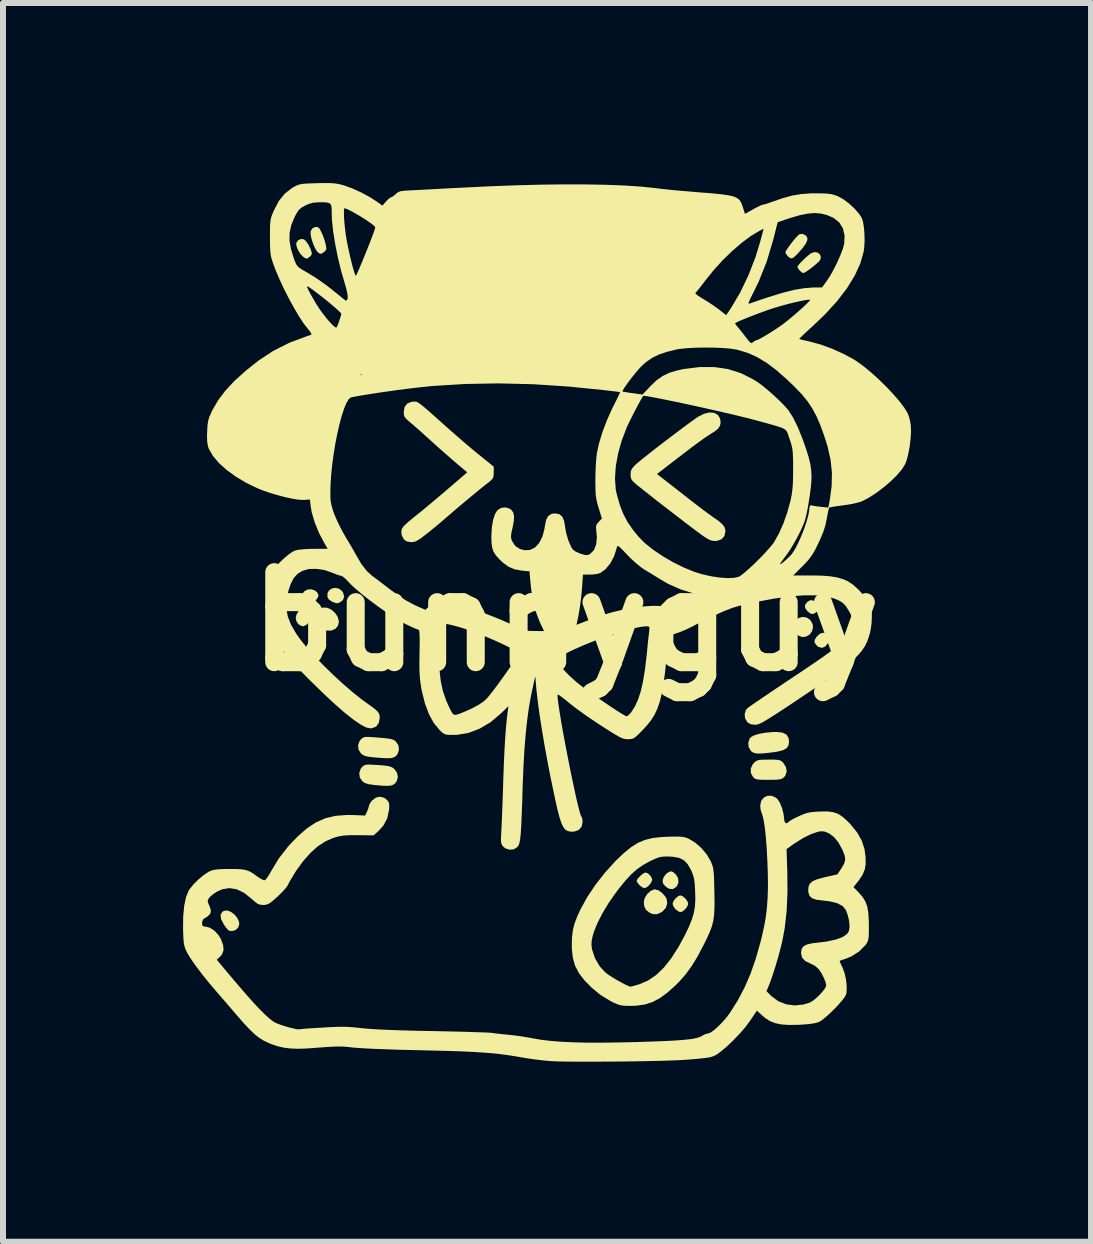
<source format=kicad_pcb>
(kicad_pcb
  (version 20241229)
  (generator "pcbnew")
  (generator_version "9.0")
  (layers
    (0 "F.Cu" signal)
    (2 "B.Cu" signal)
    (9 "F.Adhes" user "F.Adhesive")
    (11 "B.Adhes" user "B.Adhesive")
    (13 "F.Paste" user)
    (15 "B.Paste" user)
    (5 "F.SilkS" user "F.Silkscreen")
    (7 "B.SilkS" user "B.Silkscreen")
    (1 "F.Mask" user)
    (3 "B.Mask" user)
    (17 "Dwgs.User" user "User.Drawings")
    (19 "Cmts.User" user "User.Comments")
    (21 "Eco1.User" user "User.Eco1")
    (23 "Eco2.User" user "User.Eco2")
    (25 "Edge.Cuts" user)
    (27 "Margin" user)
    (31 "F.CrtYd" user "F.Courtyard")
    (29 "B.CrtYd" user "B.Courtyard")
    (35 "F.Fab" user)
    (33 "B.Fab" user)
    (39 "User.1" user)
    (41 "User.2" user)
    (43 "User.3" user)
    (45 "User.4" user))
  (footprint "bunnyguy"
    (layer "F.Cu")
    (at 6.377 7.305)
    (property "Reference" "bunnyguy" (at 0 0 0) (layer "F.SilkS") (effects (font (size 1.5 1.5) (thickness 0.3))))
    (attr board_only exclude_from_pos_files exclude_from_bom)
    (fp_poly (pts (xy 4.338 0.199) (xy 4.381 0.242) (xy 4.39 0.301) (xy 4.372 0.357) (xy 4.325 0.416) (xy 4.27 0.44) (xy 4.212 0.425) (xy 4.18 0.4) (xy 4.147 0.355) (xy 4.146 0.31) (xy 4.179 0.256) (xy 4.181 0.254) (xy 4.239 0.201) (xy 4.298 0.187)) (stroke (width 0) (type solid)) (fill yes) (layer "F.SilkS"))
    (fp_poly (pts (xy -3.778 -0.546) (xy -3.728 -0.507) (xy -3.71 -0.48) (xy -3.692 -0.413) (xy -3.713 -0.357) (xy -3.759 -0.321) (xy -3.794 -0.305) (xy -3.825 -0.304) (xy -3.868 -0.319) (xy -3.894 -0.33) (xy -3.948 -0.367) (xy -3.971 -0.407) (xy -3.971 -0.471) (xy -3.943 -0.519) (xy -3.895 -0.55) (xy -3.837 -0.56)) (stroke (width 0) (type solid)) (fill yes) (layer "F.SilkS"))
    (fp_poly (pts (xy 4.02 -0.063) (xy 4.076 -0.022) (xy 4.112 0.041) (xy 4.12 0.091) (xy 4.104 0.163) (xy 4.063 0.218) (xy 4.005 0.252) (xy 3.941 0.26) (xy 3.88 0.237) (xy 3.861 0.221) (xy 3.817 0.154) (xy 3.803 0.079) (xy 3.82 0.009) (xy 3.865 -0.047) (xy 3.882 -0.058) (xy 3.951 -0.077)) (stroke (width 0) (type solid)) (fill yes) (layer "F.SilkS"))
    (fp_poly (pts (xy 4.116 -0.352) (xy 4.17 -0.313) (xy 4.171 -0.311) (xy 4.211 -0.258) (xy 4.215 -0.21) (xy 4.181 -0.161) (xy 4.18 -0.16) (xy 4.131 -0.126) (xy 4.084 -0.128) (xy 4.03 -0.168) (xy 4.029 -0.169) (xy 3.989 -0.223) (xy 3.985 -0.27) (xy 4.019 -0.319) (xy 4.02 -0.32) (xy 4.069 -0.354)) (stroke (width 0) (type solid)) (fill yes) (layer "F.SilkS"))
    (fp_poly (pts (xy 4.433 -0.123) (xy 4.474 -0.081) (xy 4.498 -0.029) (xy 4.5 -0.01) (xy 4.484 0.046) (xy 4.444 0.094) (xy 4.393 0.119) (xy 4.38 0.12) (xy 4.336 0.107) (xy 4.3 0.08) (xy 4.27 0.036) (xy 4.26 -0.001) (xy 4.275 -0.045) (xy 4.311 -0.092) (xy 4.355 -0.128) (xy 4.389 -0.14)) (stroke (width 0) (type solid)) (fill yes) (layer "F.SilkS"))
    (fp_poly (pts (xy -5.584 4.836) (xy -5.524 4.879) (xy -5.475 4.937) (xy -5.445 5.002) (xy -5.44 5.039) (xy -5.457 5.099) (xy -5.502 5.141) (xy -5.562 5.16) (xy -5.614 5.151) (xy -5.637 5.13) (xy -5.672 5.086) (xy -5.701 5.043) (xy -5.744 4.957) (xy -5.752 4.89) (xy -5.724 4.84) (xy -5.7 4.824) (xy -5.646 4.815)) (stroke (width 0) (type solid)) (fill yes) (layer "F.SilkS"))
    (fp_poly (pts (xy -4.365 -0.185) (xy -4.324 -0.147) (xy -4.286 -0.1) (xy -4.263 -0.056) (xy -4.26 -0.042) (xy -4.277 0.009) (xy -4.318 0.054) (xy -4.368 0.079) (xy -4.38 0.08) (xy -4.424 0.066) (xy -4.46 0.04) (xy -4.49 -0.01) (xy -4.5 -0.06) (xy -4.487 -0.113) (xy -4.457 -0.163) (xy -4.418 -0.195) (xy -4.398 -0.2)) (stroke (width 0) (type solid)) (fill yes) (layer "F.SilkS"))
    (fp_poly (pts (xy -4.186 -0.519) (xy -4.14 -0.484) (xy -4.12 -0.433) (xy -4.12 -0.429) (xy -4.135 -0.392) (xy -4.171 -0.347) (xy -4.217 -0.306) (xy -4.258 -0.282) (xy -4.269 -0.28) (xy -4.305 -0.294) (xy -4.347 -0.326) (xy -4.351 -0.329) (xy -4.392 -0.39) (xy -4.394 -0.449) (xy -4.36 -0.5) (xy -4.307 -0.531) (xy -4.245 -0.536)) (stroke (width 0) (type solid)) (fill yes) (layer "F.SilkS"))
    (fp_poly (pts (xy 1.788 4.176) (xy 1.827 4.208) (xy 1.831 4.212) (xy 1.871 4.276) (xy 1.878 4.345) (xy 1.853 4.409) (xy 1.84 4.423) (xy 1.785 4.459) (xy 1.726 4.455) (xy 1.685 4.432) (xy 1.642 4.394) (xy 1.62 4.363) (xy 1.613 4.312) (xy 1.634 4.256) (xy 1.674 4.204) (xy 1.724 4.171) (xy 1.76 4.163)) (stroke (width 0) (type solid)) (fill yes) (layer "F.SilkS"))
    (fp_poly (pts (xy -3.981 -0.23) (xy -3.909 -0.199) (xy -3.845 -0.144) (xy -3.799 -0.075) (xy -3.78 0.002) (xy -3.78 0.006) (xy -3.797 0.075) (xy -3.842 0.125) (xy -3.907 0.152) (xy -3.982 0.152) (xy -4.043 0.13) (xy -4.099 0.083) (xy -4.147 0.016) (xy -4.176 -0.055) (xy -4.18 -0.087) (xy -4.162 -0.149) (xy -4.115 -0.201) (xy -4.053 -0.231)) (stroke (width 0) (type solid)) (fill yes) (layer "F.SilkS"))
    (fp_poly (pts (xy 1.951 4.58) (xy 1.995 4.619) (xy 2.029 4.667) (xy 2.04 4.704) (xy 2.025 4.748) (xy 1.989 4.796) (xy 1.944 4.832) (xy 1.91 4.844) (xy 1.875 4.83) (xy 1.833 4.798) (xy 1.829 4.795) (xy 1.795 4.749) (xy 1.78 4.706) (xy 1.78 4.704) (xy 1.795 4.659) (xy 1.831 4.612) (xy 1.876 4.575) (xy 1.91 4.564)) (stroke (width 0) (type solid)) (fill yes) (layer "F.SilkS"))
    (fp_poly (pts (xy -4.36 -6.365) (xy -4.327 -6.334) (xy -4.29 -6.281) (xy -4.258 -6.218) (xy -4.236 -6.16) (xy -4.232 -6.119) (xy -4.233 -6.115) (xy -4.257 -6.084) (xy -4.295 -6.055) (xy -4.324 -6.045) (xy -4.344 -6.055) (xy -4.376 -6.076) (xy -4.418 -6.119) (xy -4.456 -6.179) (xy -4.483 -6.242) (xy -4.492 -6.294) (xy -4.49 -6.306) (xy -4.458 -6.354) (xy -4.408 -6.374)) (stroke (width 0) (type solid)) (fill yes) (layer "F.SilkS"))
    (fp_poly (pts (xy 1.372 4.2) (xy 1.413 4.24) (xy 1.438 4.288) (xy 1.44 4.304) (xy 1.425 4.348) (xy 1.389 4.395) (xy 1.344 4.432) (xy 1.31 4.443) (xy 1.275 4.43) (xy 1.233 4.398) (xy 1.229 4.394) (xy 1.196 4.355) (xy 1.18 4.325) (xy 1.18 4.323) (xy 1.195 4.291) (xy 1.231 4.25) (xy 1.275 4.211) (xy 1.315 4.187) (xy 1.328 4.183)) (stroke (width 0) (type solid)) (fill yes) (layer "F.SilkS"))
    (fp_poly (pts (xy 1.545 4.48) (xy 1.606 4.524) (xy 1.658 4.583) (xy 1.68 4.623) (xy 1.691 4.699) (xy 1.667 4.772) (xy 1.61 4.834) (xy 1.592 4.846) (xy 1.518 4.878) (xy 1.45 4.876) (xy 1.396 4.853) (xy 1.336 4.805) (xy 1.306 4.74) (xy 1.3 4.673) (xy 1.316 4.607) (xy 1.356 4.543) (xy 1.411 4.492) (xy 1.47 4.465) (xy 1.486 4.464)) (stroke (width 0) (type solid)) (fill yes) (layer "F.SilkS"))
    (fp_poly (pts (xy 3.992 -6.437) (xy 4.022 -6.402) (xy 4.027 -6.36) (xy 4.003 -6.303) (xy 3.951 -6.227) (xy 3.867 -6.131) (xy 3.865 -6.13) (xy 3.811 -6.076) (xy 3.773 -6.051) (xy 3.741 -6.053) (xy 3.706 -6.079) (xy 3.7 -6.085) (xy 3.67 -6.123) (xy 3.66 -6.152) (xy 3.672 -6.18) (xy 3.704 -6.228) (xy 3.747 -6.288) (xy 3.796 -6.35) (xy 3.842 -6.404) (xy 3.879 -6.441) (xy 3.892 -6.451) (xy 3.941 -6.459)) (stroke (width 0) (type solid)) (fill yes) (layer "F.SilkS"))
    (fp_poly (pts (xy 4.197 -6.146) (xy 4.235 -6.116) (xy 4.251 -6.07) (xy 4.24 -6.024) (xy 4.215 -5.995) (xy 4.169 -5.953) (xy 4.111 -5.905) (xy 4.051 -5.86) (xy 3.999 -5.824) (xy 3.963 -5.806) (xy 3.958 -5.805) (xy 3.932 -5.817) (xy 3.9 -5.845) (xy 3.871 -5.882) (xy 3.86 -5.908) (xy 3.874 -5.934) (xy 3.91 -5.977) (xy 3.961 -6.028) (xy 4.016 -6.079) (xy 4.069 -6.122) (xy 4.089 -6.136) (xy 4.145 -6.155)) (stroke (width 0) (type solid)) (fill yes) (layer "F.SilkS"))
    (fp_poly (pts (xy -4.122 -6.566) (xy -4.097 -6.537) (xy -4.068 -6.48) (xy -4.038 -6.408) (xy -4.013 -6.331) (xy -3.995 -6.261) (xy -3.989 -6.211) (xy -3.992 -6.197) (xy -4.014 -6.167) (xy -4.05 -6.139) (xy -4.08 -6.126) (xy -4.084 -6.126) (xy -4.105 -6.134) (xy -4.116 -6.138) (xy -4.147 -6.168) (xy -4.18 -6.225) (xy -4.211 -6.298) (xy -4.237 -6.377) (xy -4.251 -6.448) (xy -4.251 -6.501) (xy -4.25 -6.506) (xy -4.218 -6.553) (xy -4.169 -6.575)) (stroke (width 0) (type solid)) (fill yes) (layer "F.SilkS"))
    (fp_poly (pts (xy 3.611 1.852) (xy 3.676 1.884) (xy 3.712 1.941) (xy 3.72 2.004) (xy 3.711 2.065) (xy 3.681 2.11) (xy 3.624 2.143) (xy 3.536 2.167) (xy 3.46 2.179) (xy 3.335 2.194) (xy 3.243 2.201) (xy 3.177 2.199) (xy 3.13 2.188) (xy 3.095 2.167) (xy 3.083 2.155) (xy 3.047 2.092) (xy 3.041 2.02) (xy 3.063 1.953) (xy 3.085 1.927) (xy 3.137 1.898) (xy 3.219 1.873) (xy 3.323 1.854) (xy 3.439 1.843) (xy 3.513 1.841)) (stroke (width 0) (type solid)) (fill yes) (layer "F.SilkS"))
    (fp_poly (pts (xy -3.172 2.39) (xy -3.13 2.392) (xy -3.031 2.4) (xy -2.963 2.409) (xy -2.917 2.421) (xy -2.882 2.438) (xy -2.859 2.456) (xy -2.812 2.518) (xy -2.798 2.59) (xy -2.816 2.659) (xy -2.846 2.699) (xy -2.874 2.72) (xy -2.91 2.733) (xy -2.959 2.739) (xy -3.031 2.738) (xy -3.13 2.73) (xy -3.205 2.723) (xy -3.292 2.71) (xy -3.351 2.69) (xy -3.39 2.662) (xy -3.432 2.599) (xy -3.441 2.525) (xy -3.417 2.455) (xy -3.392 2.423) (xy -3.368 2.403) (xy -3.343 2.391) (xy -3.308 2.385) (xy -3.253 2.385)) (stroke (width 0) (type solid)) (fill yes) (layer "F.SilkS"))
    (fp_poly (pts (xy -3.215 1.928) (xy -3.121 1.935) (xy -3.016 1.944) (xy -2.943 1.953) (xy -2.893 1.964) (xy -2.859 1.979) (xy -2.833 1.999) (xy -2.83 2.001) (xy -2.789 2.064) (xy -2.779 2.137) (xy -2.801 2.206) (xy -2.826 2.238) (xy -2.853 2.259) (xy -2.888 2.272) (xy -2.936 2.278) (xy -3.005 2.278) (xy -3.101 2.272) (xy -3.215 2.263) (xy -3.301 2.252) (xy -3.359 2.235) (xy -3.401 2.21) (xy -3.41 2.202) (xy -3.452 2.138) (xy -3.461 2.064) (xy -3.437 1.994) (xy -3.411 1.962) (xy -3.388 1.943) (xy -3.366 1.93) (xy -3.335 1.924) (xy -3.287 1.924)) (stroke (width 0) (type solid)) (fill yes) (layer "F.SilkS"))
    (fp_poly (pts (xy 3.472 2.302) (xy 3.531 2.306) (xy 3.569 2.314) (xy 3.597 2.33) (xy 3.624 2.355) (xy 3.626 2.358) (xy 3.669 2.426) (xy 3.681 2.499) (xy 3.659 2.567) (xy 3.635 2.597) (xy 3.61 2.615) (xy 3.579 2.628) (xy 3.533 2.635) (xy 3.463 2.638) (xy 3.377 2.638) (xy 3.281 2.638) (xy 3.216 2.635) (xy 3.174 2.628) (xy 3.146 2.615) (xy 3.124 2.596) (xy 3.122 2.594) (xy 3.085 2.528) (xy 3.082 2.454) (xy 3.113 2.383) (xy 3.136 2.356) (xy 3.165 2.33) (xy 3.194 2.315) (xy 3.234 2.306) (xy 3.295 2.303) (xy 3.382 2.302)) (stroke (width 0) (type solid)) (fill yes) (layer "F.SilkS"))
    (fp_poly (pts (xy 2.476 -3.475) (xy 2.535 -3.441) (xy 2.571 -3.381) (xy 2.58 -3.32) (xy 2.572 -3.267) (xy 2.545 -3.221) (xy 2.492 -3.174) (xy 2.41 -3.122) (xy 2.36 -3.09) (xy 2.294 -3.045) (xy 2.208 -2.982) (xy 2.099 -2.902) (xy 1.966 -2.8) (xy 1.804 -2.676) (xy 1.765 -2.646) (xy 1.52 -2.457) (xy 1.685 -2.328) (xy 1.763 -2.268) (xy 1.861 -2.191) (xy 1.968 -2.107) (xy 2.073 -2.025) (xy 2.1 -2.004) (xy 2.195 -1.931) (xy 2.287 -1.861) (xy 2.369 -1.8) (xy 2.431 -1.755) (xy 2.45 -1.742) (xy 2.542 -1.678) (xy 2.604 -1.625) (xy 2.641 -1.579) (xy 2.657 -1.534) (xy 2.66 -1.501) (xy 2.643 -1.423) (xy 2.596 -1.37) (xy 2.521 -1.343) (xy 2.486 -1.341) (xy 2.438 -1.346) (xy 2.39 -1.362) (xy 2.331 -1.396) (xy 2.257 -1.447) (xy 2.195 -1.493) (xy 2.108 -1.558) (xy 2.003 -1.638) (xy 1.886 -1.728) (xy 1.761 -1.824) (xy 1.634 -1.922) (xy 1.511 -2.017) (xy 1.399 -2.106) (xy 1.301 -2.183) (xy 1.224 -2.244) (xy 1.175 -2.284) (xy 1.122 -2.332) (xy 1.093 -2.369) (xy 1.082 -2.408) (xy 1.08 -2.449) (xy 1.084 -2.502) (xy 1.101 -2.544) (xy 1.139 -2.589) (xy 1.165 -2.615) (xy 1.208 -2.652) (xy 1.277 -2.709) (xy 1.368 -2.781) (xy 1.475 -2.865) (xy 1.591 -2.955) (xy 1.713 -3.048) (xy 1.833 -3.139) (xy 1.947 -3.225) (xy 2.049 -3.3) (xy 2.134 -3.361) (xy 2.195 -3.404) (xy 2.206 -3.411) (xy 2.306 -3.462) (xy 2.398 -3.483)) (stroke (width 0) (type solid)) (fill yes) (layer "F.SilkS"))
    (fp_poly (pts (xy -2.497 -3.662) (xy -2.479 -3.657) (xy -2.456 -3.645) (xy -2.426 -3.624) (xy -2.385 -3.592) (xy -2.329 -3.545) (xy -2.257 -3.482) (xy -2.164 -3.399) (xy -2.047 -3.295) (xy -1.93 -3.191) (xy -1.821 -3.095) (xy -1.7 -2.99) (xy -1.578 -2.887) (xy -1.469 -2.796) (xy -1.435 -2.769) (xy -1.2 -2.579) (xy -1.2 -2.482) (xy -1.204 -2.419) (xy -1.219 -2.379) (xy -1.253 -2.345) (xy -1.261 -2.338) (xy -1.332 -2.282) (xy -1.427 -2.206) (xy -1.535 -2.117) (xy -1.65 -2.022) (xy -1.764 -1.927) (xy -1.868 -1.838) (xy -1.955 -1.763) (xy -1.972 -1.749) (xy -2.065 -1.668) (xy -2.17 -1.58) (xy -2.271 -1.497) (xy -2.325 -1.455) (xy -2.405 -1.393) (xy -2.464 -1.354) (xy -2.509 -1.332) (xy -2.549 -1.322) (xy -2.574 -1.321) (xy -2.646 -1.332) (xy -2.697 -1.367) (xy -2.733 -1.434) (xy -2.74 -1.484) (xy -2.738 -1.516) (xy -2.729 -1.546) (xy -2.709 -1.577) (xy -2.673 -1.615) (xy -2.618 -1.665) (xy -2.539 -1.73) (xy -2.458 -1.795) (xy -2.388 -1.851) (xy -2.296 -1.928) (xy -2.19 -2.017) (xy -2.078 -2.111) (xy -1.968 -2.205) (xy -1.964 -2.208) (xy -1.642 -2.485) (xy -1.816 -2.631) (xy -1.894 -2.698) (xy -1.991 -2.783) (xy -2.097 -2.876) (xy -2.201 -2.969) (xy -2.24 -3.005) (xy -2.332 -3.088) (xy -2.423 -3.17) (xy -2.505 -3.242) (xy -2.569 -3.298) (xy -2.595 -3.319) (xy -2.651 -3.368) (xy -2.683 -3.405) (xy -2.697 -3.441) (xy -2.7 -3.488) (xy -2.7 -3.491) (xy -2.685 -3.575) (xy -2.64 -3.632) (xy -2.569 -3.66) (xy -2.534 -3.663) (xy -2.514 -3.663)) (stroke (width 0) (type solid)) (fill yes) (layer "F.SilkS"))
    (fp_poly (pts (xy 1.885 3.585) (xy 1.944 3.589) (xy 1.99 3.598) (xy 2.032 3.613) (xy 2.048 3.62) (xy 2.156 3.685) (xy 2.261 3.777) (xy 2.352 3.886) (xy 2.412 3.989) (xy 2.431 4.033) (xy 2.446 4.073) (xy 2.456 4.116) (xy 2.463 4.168) (xy 2.469 4.237) (xy 2.472 4.33) (xy 2.475 4.453) (xy 2.476 4.504) (xy 2.479 4.666) (xy 2.477 4.796) (xy 2.47 4.904) (xy 2.456 4.998) (xy 2.432 5.087) (xy 2.397 5.179) (xy 2.35 5.283) (xy 2.298 5.388) (xy 2.197 5.58) (xy 2.099 5.74) (xy 1.999 5.878) (xy 1.891 6.001) (xy 1.827 6.065) (xy 1.689 6.188) (xy 1.563 6.279) (xy 1.441 6.343) (xy 1.316 6.382) (xy 1.179 6.402) (xy 1.079 6.405) (xy 0.991 6.404) (xy 0.927 6.397) (xy 0.87 6.382) (xy 0.804 6.354) (xy 0.744 6.324) (xy 0.575 6.221) (xy 0.434 6.104) (xy 0.309 5.977) (xy 0.217 5.856) (xy 0.154 5.734) (xy 0.117 5.602) (xy 0.101 5.452) (xy 0.1 5.395) (xy 0.428 5.395) (xy 0.439 5.468) (xy 0.439 5.469) (xy 0.488 5.614) (xy 0.567 5.748) (xy 0.658 5.847) (xy 0.705 5.883) (xy 0.772 5.927) (xy 0.849 5.973) (xy 0.929 6.017) (xy 1 6.054) (xy 1.055 6.078) (xy 1.08 6.085) (xy 1.106 6.079) (xy 1.158 6.065) (xy 1.225 6.045) (xy 1.367 5.985) (xy 1.502 5.894) (xy 1.631 5.771) (xy 1.757 5.613) (xy 1.881 5.419) (xy 1.977 5.242) (xy 2.048 5.096) (xy 2.099 4.972) (xy 2.133 4.86) (xy 2.152 4.749) (xy 2.159 4.628) (xy 2.155 4.486) (xy 2.155 4.482) (xy 2.149 4.378) (xy 2.14 4.3) (xy 2.125 4.237) (xy 2.102 4.175) (xy 2.084 4.136) (xy 2.03 4.042) (xy 1.967 3.978) (xy 1.887 3.939) (xy 1.781 3.92) (xy 1.709 3.916) (xy 1.637 3.917) (xy 1.58 3.924) (xy 1.524 3.94) (xy 1.456 3.969) (xy 1.391 4) (xy 1.284 4.06) (xy 1.186 4.129) (xy 1.091 4.213) (xy 0.993 4.319) (xy 0.886 4.451) (xy 0.826 4.53) (xy 0.711 4.696) (xy 0.611 4.862) (xy 0.53 5.021) (xy 0.471 5.165) (xy 0.448 5.24) (xy 0.431 5.326) (xy 0.428 5.395) (xy 0.1 5.395) (xy 0.1 5.392) (xy 0.104 5.259) (xy 0.118 5.144) (xy 0.146 5.033) (xy 0.191 4.915) (xy 0.247 4.794) (xy 0.357 4.593) (xy 0.496 4.386) (xy 0.654 4.184) (xy 0.825 3.996) (xy 0.839 3.982) (xy 0.971 3.856) (xy 1.089 3.76) (xy 1.202 3.689) (xy 1.318 3.64) (xy 1.445 3.609) (xy 1.591 3.592) (xy 1.693 3.587) (xy 1.804 3.584)) (stroke (width 0) (type solid)) (fill yes) (layer "F.SilkS"))
    (fp_poly (pts (xy 3.498 2.934) (xy 3.529 2.961) (xy 3.568 3.021) (xy 3.603 3.107) (xy 3.628 3.204) (xy 3.64 3.298) (xy 3.64 3.308) (xy 3.651 3.349) (xy 3.678 3.364) (xy 3.708 3.346) (xy 3.712 3.34) (xy 3.735 3.322) (xy 3.786 3.292) (xy 3.854 3.258) (xy 3.878 3.247) (xy 3.955 3.213) (xy 4.02 3.191) (xy 4.088 3.178) (xy 4.172 3.17) (xy 4.233 3.167) (xy 4.359 3.165) (xy 4.458 3.178) (xy 4.542 3.208) (xy 4.621 3.261) (xy 4.708 3.342) (xy 4.742 3.378) (xy 4.855 3.516) (xy 4.933 3.654) (xy 4.979 3.799) (xy 4.996 3.936) (xy 4.997 4.044) (xy 4.982 4.132) (xy 4.949 4.214) (xy 4.891 4.303) (xy 4.855 4.35) (xy 4.794 4.426) (xy 4.885 4.52) (xy 4.948 4.593) (xy 4.993 4.668) (xy 5.024 4.753) (xy 5.041 4.855) (xy 5.049 4.985) (xy 5.05 5.065) (xy 5.05 5.17) (xy 5.048 5.244) (xy 5.042 5.294) (xy 5.032 5.33) (xy 5.016 5.36) (xy 4.993 5.392) (xy 4.888 5.499) (xy 4.757 5.582) (xy 4.674 5.616) (xy 4.615 5.636) (xy 4.575 5.65) (xy 4.564 5.655) (xy 4.569 5.674) (xy 4.588 5.718) (xy 4.612 5.768) (xy 4.645 5.857) (xy 4.669 5.965) (xy 4.681 6.077) (xy 4.679 6.175) (xy 4.672 6.213) (xy 4.65 6.255) (xy 4.604 6.316) (xy 4.541 6.388) (xy 4.468 6.465) (xy 4.391 6.539) (xy 4.318 6.604) (xy 4.255 6.652) (xy 4.215 6.675) (xy 4.143 6.695) (xy 4.036 6.71) (xy 3.893 6.72) (xy 3.874 6.72) (xy 3.716 6.723) (xy 3.588 6.714) (xy 3.485 6.692) (xy 3.396 6.656) (xy 3.316 6.602) (xy 3.28 6.571) (xy 3.184 6.485) (xy 3.072 6.652) (xy 2.996 6.755) (xy 2.898 6.868) (xy 2.788 6.983) (xy 2.676 7.089) (xy 2.572 7.175) (xy 2.534 7.203) (xy 2.499 7.225) (xy 2.464 7.242) (xy 2.422 7.256) (xy 2.367 7.267) (xy 2.293 7.277) (xy 2.195 7.287) (xy 2.066 7.298) (xy 1.98 7.304) (xy 1.884 7.31) (xy 1.757 7.315) (xy 1.602 7.32) (xy 1.426 7.324) (xy 1.234 7.328) (xy 1.033 7.331) (xy 0.828 7.333) (xy 0.623 7.334) (xy 0.426 7.335) (xy 0.242 7.335) (xy 0.077 7.334) (xy -0.065 7.332) (xy -0.177 7.329) (xy -0.24 7.326) (xy -0.367 7.315) (xy -0.508 7.298) (xy -0.643 7.279) (xy -0.72 7.266) (xy -0.848 7.244) (xy -0.972 7.225) (xy -1.098 7.208) (xy -1.231 7.194) (xy -1.375 7.183) (xy -1.536 7.173) (xy -1.718 7.164) (xy -1.925 7.157) (xy -2.164 7.151) (xy -2.4 7.145) (xy -2.609 7.14) (xy -2.81 7.135) (xy -2.999 7.128) (xy -3.169 7.122) (xy -3.316 7.115) (xy -3.435 7.108) (xy -3.522 7.102) (xy -3.55 7.099) (xy -3.638 7.089) (xy -3.718 7.083) (xy -3.798 7.082) (xy -3.89 7.085) (xy -4.002 7.092) (xy -4.136 7.102) (xy -4.316 7.115) (xy -4.465 7.12) (xy -4.591 7.115) (xy -4.701 7.101) (xy -4.804 7.077) (xy -4.908 7.041) (xy -4.943 7.027) (xy -5.024 6.989) (xy -5.099 6.944) (xy -5.174 6.886) (xy -5.254 6.811) (xy -5.347 6.714) (xy -5.456 6.59) (xy -5.469 6.575) (xy -5.554 6.476) (xy -5.643 6.372) (xy -5.728 6.274) (xy -5.799 6.192) (xy -5.814 6.175) (xy -5.936 6.031) (xy -6.049 5.892) (xy -6.148 5.762) (xy -6.229 5.648) (xy -6.289 5.554) (xy -6.313 5.511) (xy -6.337 5.46) (xy -6.353 5.413) (xy -6.364 5.362) (xy -6.37 5.296) (xy -6.374 5.206) (xy -6.377 5.13) (xy -6.375 4.919) (xy -6.358 4.74) (xy -6.328 4.594) (xy -6.283 4.484) (xy -6.267 4.459) (xy -6.202 4.379) (xy -6.12 4.298) (xy -6.032 4.225) (xy -5.951 4.171) (xy -5.93 4.161) (xy -5.884 4.144) (xy -5.828 4.133) (xy -5.753 4.127) (xy -5.65 4.124) (xy -5.606 4.124) (xy -5.486 4.125) (xy -5.396 4.13) (xy -5.326 4.143) (xy -5.267 4.165) (xy -5.209 4.199) (xy -5.146 4.245) (xy -5.088 4.284) (xy -5.039 4.308) (xy -5.013 4.312) (xy -4.99 4.289) (xy -4.956 4.241) (xy -4.919 4.178) (xy -4.919 4.177) (xy -4.782 3.949) (xy -4.617 3.738) (xy -4.469 3.584) (xy -4.313 3.447) (xy -4.161 3.347) (xy -4.004 3.278) (xy -3.833 3.238) (xy -3.642 3.224) (xy -3.529 3.226) (xy -3.343 3.234) (xy -3.312 3.168) (xy -3.291 3.116) (xy -3.28 3.077) (xy -3.28 3.073) (xy -3.268 3.041) (xy -3.238 2.996) (xy -3.228 2.984) (xy -3.165 2.935) (xy -3.093 2.92) (xy -3.022 2.939) (xy -2.981 2.972) (xy -2.954 3.005) (xy -2.942 3.042) (xy -2.942 3.096) (xy -2.945 3.138) (xy -2.974 3.279) (xy -3.037 3.398) (xy -3.119 3.49) (xy -3.202 3.564) (xy -3.456 3.561) (xy -3.593 3.561) (xy -3.702 3.567) (xy -3.793 3.583) (xy -3.879 3.609) (xy -3.969 3.648) (xy -4.009 3.667) (xy -4.13 3.745) (xy -4.254 3.856) (xy -4.377 3.995) (xy -4.494 4.156) (xy -4.601 4.333) (xy -4.638 4.406) (xy -4.664 4.441) (xy -4.712 4.495) (xy -4.774 4.557) (xy -4.81 4.591) (xy -4.88 4.653) (xy -4.931 4.692) (xy -4.97 4.713) (xy -5.008 4.722) (xy -5.042 4.724) (xy -5.09 4.72) (xy -5.131 4.706) (xy -5.176 4.674) (xy -5.233 4.623) (xy -5.358 4.523) (xy -5.481 4.463) (xy -5.603 4.443) (xy -5.723 4.462) (xy -5.812 4.502) (xy -5.874 4.543) (xy -5.925 4.586) (xy -5.946 4.61) (xy -5.964 4.643) (xy -5.965 4.674) (xy -5.948 4.717) (xy -5.937 4.74) (xy -5.913 4.813) (xy -5.922 4.869) (xy -5.969 4.916) (xy -6.001 4.934) (xy -6.045 4.967) (xy -6.06 5.013) (xy -6.06 5.024) (xy -6.055 5.067) (xy -6.031 5.082) (xy -6.005 5.084) (xy -5.932 5.102) (xy -5.857 5.15) (xy -5.79 5.221) (xy -5.75 5.284) (xy -5.709 5.39) (xy -5.702 5.478) (xy -5.73 5.551) (xy -5.758 5.582) (xy -5.815 5.636) (xy -5.623 5.866) (xy -5.458 6.061) (xy -5.316 6.225) (xy -5.194 6.362) (xy -5.09 6.472) (xy -5.002 6.559) (xy -4.929 6.624) (xy -4.868 6.669) (xy -4.836 6.687) (xy -4.786 6.708) (xy -4.717 6.732) (xy -4.639 6.756) (xy -4.562 6.776) (xy -4.496 6.791) (xy -4.452 6.797) (xy -4.441 6.796) (xy -4.418 6.793) (xy -4.362 6.787) (xy -4.278 6.781) (xy -4.174 6.774) (xy -4.055 6.767) (xy -4.048 6.766) (xy -3.9 6.758) (xy -3.781 6.754) (xy -3.681 6.754) (xy -3.589 6.758) (xy -3.495 6.766) (xy -3.409 6.776) (xy -3.3 6.786) (xy -3.151 6.796) (xy -2.963 6.805) (xy -2.734 6.813) (xy -2.467 6.82) (xy -2.22 6.825) (xy -2.029 6.829) (xy -1.848 6.833) (xy -1.683 6.837) (xy -1.536 6.842) (xy -1.414 6.846) (xy -1.319 6.849) (xy -1.255 6.853) (xy -1.23 6.855) (xy -1.184 6.862) (xy -1.111 6.871) (xy -1.022 6.88) (xy -0.97 6.885) (xy -0.857 6.897) (xy -0.727 6.915) (xy -0.602 6.936) (xy -0.56 6.944) (xy -0.417 6.969) (xy -0.258 6.988) (xy -0.078 7.003) (xy 0.125 7.012) (xy 0.354 7.018) (xy 0.614 7.018) (xy 0.908 7.014) (xy 1.176 7.008) (xy 1.411 7) (xy 1.61 6.993) (xy 1.776 6.985) (xy 1.912 6.976) (xy 2.022 6.966) (xy 2.109 6.955) (xy 2.177 6.941) (xy 2.229 6.925) (xy 2.269 6.907) (xy 2.285 6.896) (xy 2.334 6.872) (xy 2.369 6.865) (xy 2.412 6.85) (xy 2.471 6.809) (xy 2.54 6.748) (xy 2.613 6.673) (xy 2.683 6.592) (xy 2.738 6.517) (xy 2.869 6.309) (xy 2.947 6.16) (xy 3.344 6.16) (xy 3.43 6.245) (xy 3.542 6.328) (xy 3.673 6.379) (xy 3.815 6.398) (xy 3.963 6.382) (xy 4.065 6.351) (xy 4.116 6.321) (xy 4.175 6.273) (xy 4.236 6.214) (xy 4.289 6.154) (xy 4.327 6.101) (xy 4.34 6.065) (xy 4.329 6.01) (xy 4.3 5.938) (xy 4.261 5.862) (xy 4.217 5.797) (xy 4.212 5.791) (xy 4.158 5.742) (xy 4.094 5.707) (xy 4.084 5.703) (xy 3.994 5.661) (xy 3.94 5.604) (xy 3.92 5.531) (xy 3.92 5.524) (xy 3.929 5.459) (xy 3.96 5.413) (xy 4.018 5.382) (xy 4.107 5.362) (xy 4.17 5.355) (xy 4.353 5.332) (xy 4.5 5.3) (xy 4.612 5.259) (xy 4.686 5.208) (xy 4.719 5.156) (xy 4.729 5.084) (xy 4.721 4.991) (xy 4.698 4.891) (xy 4.665 4.805) (xy 4.613 4.742) (xy 4.525 4.695) (xy 4.402 4.664) (xy 4.28 4.649) (xy 4.175 4.636) (xy 4.103 4.611) (xy 4.061 4.571) (xy 4.042 4.513) (xy 4.04 4.476) (xy 4.046 4.413) (xy 4.07 4.365) (xy 4.115 4.327) (xy 4.188 4.296) (xy 4.294 4.267) (xy 4.326 4.259) (xy 4.525 4.214) (xy 4.593 4.114) (xy 4.637 4.038) (xy 4.656 3.973) (xy 4.649 3.906) (xy 4.617 3.822) (xy 4.611 3.808) (xy 4.543 3.683) (xy 4.47 3.593) (xy 4.388 3.532) (xy 4.373 3.525) (xy 4.31 3.5) (xy 4.256 3.495) (xy 4.203 3.504) (xy 4.087 3.543) (xy 3.954 3.609) (xy 3.814 3.697) (xy 3.794 3.71) (xy 3.679 3.793) (xy 3.691 4.173) (xy 3.694 4.517) (xy 3.68 4.827) (xy 3.648 5.109) (xy 3.609 5.32) (xy 3.576 5.456) (xy 3.536 5.604) (xy 3.492 5.753) (xy 3.447 5.893) (xy 3.405 6.012) (xy 3.38 6.075) (xy 3.344 6.16) (xy 2.947 6.16) (xy 2.981 6.095) (xy 3.079 5.868) (xy 3.166 5.618) (xy 3.245 5.339) (xy 3.257 5.292) (xy 3.298 5.116) (xy 3.329 4.95) (xy 3.35 4.784) (xy 3.363 4.611) (xy 3.369 4.423) (xy 3.367 4.211) (xy 3.359 3.993) (xy 3.348 3.782) (xy 3.334 3.597) (xy 3.317 3.441) (xy 3.298 3.316) (xy 3.277 3.227) (xy 3.261 3.184) (xy 3.247 3.139) (xy 3.24 3.077) (xy 3.24 3.067) (xy 3.256 2.99) (xy 3.299 2.935) (xy 3.359 2.905) (xy 3.429 2.904)) (stroke (width 0) (type solid)) (fill yes) (layer "F.SilkS"))
    (fp_poly (pts (xy -3.921 -7.304) (xy -3.85 -7.299) (xy -3.79 -7.29) (xy -3.731 -7.276) (xy -3.696 -7.266) (xy -3.555 -7.215) (xy -3.404 -7.146) (xy -3.26 -7.068) (xy -3.153 -6.999) (xy -3.055 -6.929) (xy -2.996 -6.997) (xy -2.955 -7.039) (xy -2.923 -7.063) (xy -2.914 -7.066) (xy -2.887 -7.078) (xy -2.846 -7.11) (xy -2.835 -7.12) (xy -2.797 -7.151) (xy -2.755 -7.168) (xy -2.694 -7.177) (xy -2.644 -7.18) (xy -2.594 -7.183) (xy -2.509 -7.187) (xy -2.394 -7.193) (xy -2.256 -7.2) (xy -2.1 -7.209) (xy -1.931 -7.218) (xy -1.755 -7.227) (xy -1.75 -7.227) (xy -1.286 -7.25) (xy -0.843 -7.267) (xy -0.423 -7.278) (xy -0.029 -7.283) (xy 0.338 -7.282) (xy 0.675 -7.276) (xy 0.979 -7.264) (xy 1.249 -7.246) (xy 1.482 -7.222) (xy 1.53 -7.216) (xy 1.614 -7.206) (xy 1.727 -7.194) (xy 1.86 -7.181) (xy 2.003 -7.169) (xy 2.144 -7.157) (xy 2.15 -7.156) (xy 2.341 -7.141) (xy 2.497 -7.128) (xy 2.62 -7.114) (xy 2.717 -7.1) (xy 2.789 -7.083) (xy 2.843 -7.062) (xy 2.881 -7.036) (xy 2.909 -7.003) (xy 2.929 -6.963) (xy 2.947 -6.913) (xy 2.953 -6.894) (xy 2.986 -6.791) (xy 3.122 -6.868) (xy 3.191 -6.905) (xy 3.248 -6.932) (xy 3.283 -6.945) (xy 3.287 -6.945) (xy 3.319 -6.952) (xy 3.376 -6.97) (xy 3.446 -6.995) (xy 3.446 -6.995) (xy 3.621 -7.055) (xy 3.776 -7.097) (xy 3.927 -7.122) (xy 4.086 -7.133) (xy 4.16 -7.134) (xy 4.271 -7.133) (xy 4.353 -7.129) (xy 4.416 -7.122) (xy 4.471 -7.108) (xy 4.528 -7.088) (xy 4.53 -7.087) (xy 4.621 -7.038) (xy 4.72 -6.964) (xy 4.814 -6.877) (xy 4.892 -6.786) (xy 4.931 -6.725) (xy 4.952 -6.663) (xy 4.967 -6.573) (xy 4.976 -6.465) (xy 4.979 -6.352) (xy 4.974 -6.243) (xy 4.964 -6.165) (xy 4.909 -5.968) (xy 4.815 -5.763) (xy 4.685 -5.551) (xy 4.518 -5.334) (xy 4.316 -5.113) (xy 4.103 -4.91) (xy 4.026 -4.841) (xy 3.962 -4.781) (xy 3.916 -4.736) (xy 3.892 -4.711) (xy 3.89 -4.707) (xy 3.911 -4.7) (xy 3.962 -4.687) (xy 4.034 -4.671) (xy 4.071 -4.662) (xy 4.252 -4.613) (xy 4.444 -4.542) (xy 4.632 -4.457) (xy 4.802 -4.365) (xy 4.852 -4.332) (xy 4.967 -4.249) (xy 5.09 -4.147) (xy 5.217 -4.032) (xy 5.342 -3.91) (xy 5.458 -3.786) (xy 5.559 -3.669) (xy 5.64 -3.562) (xy 5.695 -3.473) (xy 5.695 -3.473) (xy 5.72 -3.408) (xy 5.74 -3.325) (xy 5.749 -3.263) (xy 5.753 -3.163) (xy 5.745 -3.043) (xy 5.73 -2.915) (xy 5.707 -2.792) (xy 5.68 -2.687) (xy 5.656 -2.623) (xy 5.602 -2.536) (xy 5.519 -2.438) (xy 5.414 -2.335) (xy 5.296 -2.234) (xy 5.171 -2.14) (xy 5.046 -2.059) (xy 4.934 -2.002) (xy 4.879 -1.984) (xy 4.797 -1.964) (xy 4.7 -1.946) (xy 4.624 -1.935) (xy 4.533 -1.923) (xy 4.458 -1.912) (xy 4.407 -1.902) (xy 4.389 -1.897) (xy 4.381 -1.874) (xy 4.369 -1.821) (xy 4.355 -1.748) (xy 4.348 -1.709) (xy 4.325 -1.6) (xy 4.291 -1.493) (xy 4.241 -1.373) (xy 4.209 -1.304) (xy 4.157 -1.198) (xy 4.111 -1.118) (xy 4.064 -1.051) (xy 4.008 -0.986) (xy 3.945 -0.921) (xy 3.79 -0.767) (xy 4.08 -0.767) (xy 4.258 -0.764) (xy 4.404 -0.753) (xy 4.524 -0.733) (xy 4.626 -0.703) (xy 4.7 -0.67) (xy 4.789 -0.611) (xy 4.883 -0.525) (xy 4.973 -0.424) (xy 5.038 -0.331) (xy 5.071 -0.274) (xy 5.09 -0.224) (xy 5.098 -0.165) (xy 5.1 -0.082) (xy 5.1 -0.08) (xy 5.096 0.015) (xy 5.084 0.113) (xy 5.07 0.187) (xy 5.046 0.268) (xy 5.018 0.343) (xy 4.983 0.413) (xy 4.937 0.482) (xy 4.879 0.552) (xy 4.805 0.626) (xy 4.713 0.706) (xy 4.599 0.795) (xy 4.462 0.896) (xy 4.298 1.011) (xy 4.105 1.142) (xy 3.954 1.243) (xy 3.78 1.36) (xy 3.635 1.456) (xy 3.517 1.533) (xy 3.422 1.594) (xy 3.348 1.64) (xy 3.29 1.674) (xy 3.245 1.697) (xy 3.211 1.711) (xy 3.184 1.719) (xy 3.16 1.721) (xy 3.153 1.721) (xy 3.083 1.713) (xy 3.033 1.685) (xy 3.023 1.675) (xy 2.987 1.612) (xy 2.981 1.539) (xy 3.003 1.473) (xy 3.025 1.447) (xy 3.051 1.427) (xy 3.106 1.388) (xy 3.188 1.332) (xy 3.292 1.261) (xy 3.414 1.178) (xy 3.552 1.086) (xy 3.7 0.986) (xy 3.791 0.926) (xy 3.987 0.795) (xy 4.152 0.683) (xy 4.29 0.588) (xy 4.403 0.506) (xy 4.493 0.435) (xy 4.565 0.372) (xy 4.62 0.315) (xy 4.662 0.261) (xy 4.693 0.207) (xy 4.717 0.151) (xy 4.736 0.089) (xy 4.751 0.028) (xy 4.764 -0.033) (xy 4.763 -0.077) (xy 4.747 -0.121) (xy 4.718 -0.174) (xy 4.669 -0.252) (xy 4.623 -0.304) (xy 4.566 -0.342) (xy 4.485 -0.378) (xy 4.481 -0.38) (xy 4.345 -0.417) (xy 4.175 -0.436) (xy 3.971 -0.436) (xy 3.737 -0.418) (xy 3.472 -0.381) (xy 3.178 -0.326) (xy 2.88 -0.258) (xy 2.772 -0.225) (xy 2.634 -0.171) (xy 2.471 -0.098) (xy 2.285 -0.008) (xy 2.081 0.098) (xy 2.08 0.098) (xy 1.997 0.138) (xy 1.907 0.175) (xy 1.86 0.191) (xy 1.797 0.213) (xy 1.75 0.232) (xy 1.733 0.241) (xy 1.725 0.265) (xy 1.715 0.323) (xy 1.703 0.407) (xy 1.69 0.512) (xy 1.677 0.63) (xy 1.677 0.633) (xy 1.653 0.857) (xy 1.627 1.045) (xy 1.599 1.204) (xy 1.566 1.338) (xy 1.527 1.452) (xy 1.48 1.552) (xy 1.424 1.642) (xy 1.356 1.728) (xy 1.286 1.804) (xy 1.219 1.873) (xy 1.17 1.918) (xy 1.134 1.945) (xy 1.101 1.957) (xy 1.064 1.961) (xy 1.036 1.962) (xy 1.001 1.96) (xy 0.967 1.954) (xy 0.928 1.94) (xy 0.879 1.916) (xy 0.814 1.878) (xy 0.728 1.825) (xy 0.615 1.753) (xy 0.59 1.737) (xy 0.469 1.657) (xy 0.345 1.572) (xy 0.228 1.489) (xy 0.127 1.414) (xy 0.055 1.356) (xy -0.016 1.298) (xy -0.076 1.252) (xy -0.118 1.224) (xy -0.136 1.218) (xy -0.136 1.218) (xy -0.137 1.252) (xy -0.13 1.32) (xy -0.117 1.417) (xy -0.098 1.538) (xy -0.075 1.679) (xy -0.047 1.835) (xy -0.016 2.003) (xy 0.017 2.176) (xy 0.051 2.351) (xy 0.085 2.523) (xy 0.12 2.687) (xy 0.152 2.839) (xy 0.182 2.974) (xy 0.21 3.088) (xy 0.232 3.175) (xy 0.25 3.232) (xy 0.262 3.254) (xy 0.274 3.279) (xy 0.28 3.328) (xy 0.28 3.34) (xy 0.264 3.419) (xy 0.217 3.474) (xy 0.143 3.5) (xy 0.107 3.503) (xy 0.06 3.499) (xy 0.02 3.487) (xy -0.015 3.462) (xy -0.045 3.419) (xy -0.074 3.356) (xy -0.103 3.268) (xy -0.134 3.152) (xy -0.168 3.003) (xy -0.198 2.862) (xy -0.256 2.584) (xy -0.31 2.306) (xy -0.359 2.034) (xy -0.402 1.776) (xy -0.439 1.536) (xy -0.468 1.321) (xy -0.489 1.136) (xy -0.493 1.091) (xy -0.508 0.911) (xy -0.533 1.021) (xy -0.576 1.221) (xy -0.613 1.426) (xy -0.643 1.643) (xy -0.668 1.877) (xy -0.689 2.132) (xy -0.705 2.416) (xy -0.718 2.733) (xy -0.72 2.798) (xy -0.726 3.014) (xy -0.733 3.192) (xy -0.739 3.338) (xy -0.745 3.455) (xy -0.751 3.547) (xy -0.759 3.617) (xy -0.767 3.669) (xy -0.777 3.707) (xy -0.789 3.734) (xy -0.803 3.754) (xy -0.806 3.758) (xy -0.865 3.796) (xy -0.936 3.803) (xy -1.005 3.781) (xy -1.039 3.754) (xy -1.059 3.73) (xy -1.072 3.705) (xy -1.078 3.671) (xy -1.08 3.618) (xy -1.076 3.539) (xy -1.073 3.478) (xy -1.069 3.399) (xy -1.064 3.288) (xy -1.059 3.151) (xy -1.053 2.997) (xy -1.047 2.833) (xy -1.042 2.666) (xy -1.041 2.634) (xy -1.032 2.38) (xy -1.022 2.16) (xy -1.011 1.968) (xy -0.999 1.8) (xy -0.985 1.65) (xy -0.969 1.512) (xy -0.967 1.501) (xy -0.956 1.411) (xy -1.083 1.535) (xy -1.255 1.68) (xy -1.436 1.787) (xy -1.623 1.858) (xy -1.814 1.889) (xy -1.864 1.89) (xy -1.942 1.89) (xy -1.994 1.885) (xy -2.03 1.871) (xy -2.066 1.844) (xy -2.1 1.811) (xy -2.198 1.694) (xy -2.279 1.547) (xy -2.346 1.369) (xy -2.399 1.156) (xy -2.41 1.096) (xy -2.423 1.009) (xy -2.432 0.922) (xy -2.438 0.823) (xy -2.439 0.706) (xy -2.438 0.61) (xy -2.109 0.61) (xy -2.103 0.818) (xy -2.083 0.998) (xy -2.047 1.16) (xy -1.993 1.316) (xy -1.948 1.417) (xy -1.913 1.489) (xy -1.887 1.532) (xy -1.866 1.552) (xy -1.842 1.556) (xy -1.814 1.551) (xy -1.768 1.537) (xy -1.699 1.509) (xy -1.616 1.473) (xy -1.567 1.45) (xy -1.45 1.388) (xy -1.363 1.328) (xy -1.307 1.274) (xy -1.261 1.218) (xy -1.202 1.143) (xy -1.136 1.055) (xy -1.066 0.958) (xy -0.996 0.86) (xy -0.93 0.765) (xy -0.872 0.68) (xy -0.85 0.645) (xy -0.164 0.645) (xy -0.157 0.657) (xy -0.054 0.784) (xy 0.048 0.892) (xy 0.163 0.997) (xy 0.185 1.015) (xy 0.246 1.064) (xy 0.326 1.124) (xy 0.421 1.192) (xy 0.524 1.265) (xy 0.63 1.338) (xy 0.733 1.408) (xy 0.828 1.471) (xy 0.909 1.523) (xy 0.971 1.56) (xy 1.008 1.579) (xy 1.014 1.58) (xy 1.04 1.566) (xy 1.076 1.53) (xy 1.088 1.515) (xy 1.151 1.418) (xy 1.204 1.302) (xy 1.25 1.162) (xy 1.288 0.995) (xy 1.32 0.796) (xy 1.348 0.561) (xy 1.349 0.55) (xy 1.36 0.435) (xy 1.371 0.328) (xy 1.381 0.239) (xy 1.388 0.175) (xy 1.391 0.155) (xy 1.395 0.106) (xy 1.385 0.085) (xy 1.354 0.08) (xy 1.345 0.08) (xy 1.256 0.089) (xy 1.136 0.113) (xy 0.993 0.15) (xy 0.834 0.198) (xy 0.663 0.255) (xy 0.489 0.319) (xy 0.316 0.388) (xy 0.152 0.46) (xy 0.063 0.502) (xy -0.035 0.551) (xy -0.102 0.586) (xy -0.143 0.611) (xy -0.162 0.63) (xy -0.164 0.645) (xy -0.85 0.645) (xy -0.826 0.609) (xy -0.796 0.559) (xy -0.786 0.534) (xy -0.786 0.533) (xy -0.812 0.507) (xy -0.869 0.47) (xy -0.953 0.425) (xy -1.057 0.374) (xy -1.176 0.32) (xy -1.304 0.265) (xy -1.435 0.212) (xy -1.564 0.163) (xy -1.684 0.121) (xy -1.787 0.09) (xy -1.892 0.062) (xy -1.966 0.045) (xy -2.014 0.043) (xy -2.044 0.057) (xy -2.062 0.088) (xy -2.075 0.14) (xy -2.082 0.175) (xy -2.093 0.249) (xy -2.101 0.352) (xy -2.107 0.472) (xy -2.109 0.598) (xy -2.109 0.61) (xy -2.438 0.61) (xy -2.437 0.559) (xy -2.437 0.52) (xy -2.434 0.367) (xy -2.435 0.253) (xy -2.439 0.178) (xy -2.446 0.143) (xy -2.449 0.14) (xy -2.475 0.131) (xy -2.528 0.109) (xy -2.601 0.076) (xy -2.67 0.043) (xy -2.764 -0.008) (xy -2.878 -0.078) (xy -3.004 -0.162) (xy -3.136 -0.256) (xy -3.267 -0.353) (xy -3.389 -0.449) (xy -3.495 -0.538) (xy -3.579 -0.615) (xy -3.617 -0.656) (xy -3.667 -0.708) (xy -3.712 -0.746) (xy -3.741 -0.761) (xy -3.741 -0.761) (xy -3.776 -0.768) (xy -3.834 -0.789) (xy -3.893 -0.813) (xy -4.021 -0.857) (xy -4.154 -0.877) (xy -4.279 -0.874) (xy -4.384 -0.845) (xy -4.466 -0.796) (xy -4.531 -0.726) (xy -4.582 -0.628) (xy -4.621 -0.511) (xy -4.652 -0.359) (xy -4.656 -0.219) (xy -4.632 -0.083) (xy -4.577 0.056) (xy -4.491 0.204) (xy -4.415 0.31) (xy -4.313 0.437) (xy -4.184 0.579) (xy -4.038 0.731) (xy -3.88 0.885) (xy -3.719 1.033) (xy -3.561 1.17) (xy -3.414 1.288) (xy -3.33 1.35) (xy -3.238 1.415) (xy -3.175 1.463) (xy -3.135 1.501) (xy -3.112 1.534) (xy -3.102 1.567) (xy -3.1 1.608) (xy -3.1 1.611) (xy -3.116 1.693) (xy -3.16 1.751) (xy -3.229 1.779) (xy -3.257 1.781) (xy -3.325 1.766) (xy -3.417 1.718) (xy -3.532 1.64) (xy -3.67 1.532) (xy -3.83 1.393) (xy -4.012 1.225) (xy -4.215 1.027) (xy -4.252 0.991) (xy -4.422 0.819) (xy -4.563 0.668) (xy -4.68 0.536) (xy -4.773 0.417) (xy -4.846 0.309) (xy -4.901 0.208) (xy -4.941 0.11) (xy -4.968 0.011) (xy -4.982 -0.07) (xy -4.994 -0.232) (xy -4.988 -0.402) (xy -4.965 -0.569) (xy -4.928 -0.721) (xy -4.881 -0.839) (xy -4.839 -0.902) (xy -4.775 -0.975) (xy -4.699 -1.048) (xy -4.621 -1.114) (xy -4.55 -1.163) (xy -4.51 -1.182) (xy -4.447 -1.195) (xy -4.353 -1.205) (xy -4.237 -1.21) (xy -4.199 -1.21) (xy -3.967 -1.211) (xy -4.022 -1.305) (xy -4.112 -1.475) (xy -4.183 -1.649) (xy -4.232 -1.815) (xy -4.251 -1.922) (xy -4.263 -2.032) (xy -4.368 -2.025) (xy -4.444 -2.028) (xy -4.548 -2.044) (xy -4.67 -2.07) (xy -4.803 -2.105) (xy -4.935 -2.144) (xy -5.041 -2.181) (xy -3.922 -2.181) (xy -3.922 -2.079) (xy -3.917 -2.002) (xy -3.904 -1.935) (xy -3.883 -1.862) (xy -3.86 -1.795) (xy -3.822 -1.705) (xy -3.771 -1.597) (xy -3.712 -1.484) (xy -3.661 -1.395) (xy -3.606 -1.304) (xy -3.556 -1.218) (xy -3.516 -1.148) (xy -3.491 -1.103) (xy -3.49 -1.101) (xy -3.406 -0.958) (xy -3.315 -0.841) (xy -3.226 -0.76) (xy -3.169 -0.718) (xy -3.093 -0.661) (xy -3.008 -0.596) (xy -2.949 -0.55) (xy -2.795 -0.436) (xy -2.655 -0.346) (xy -2.515 -0.272) (xy -2.444 -0.24) (xy -2.338 -0.194) (xy -2.28 -0.25) (xy -2.252 -0.275) (xy -2.227 -0.291) (xy -2.194 -0.299) (xy -2.145 -0.301) (xy -2.07 -0.297) (xy -2.016 -0.294) (xy -1.822 -0.273) (xy -1.639 -0.233) (xy -1.63 -0.23) (xy -1.509 -0.192) (xy -1.373 -0.144) (xy -1.23 -0.089) (xy -1.09 -0.033) (xy -0.965 0.022) (xy -0.863 0.071) (xy -0.829 0.09) (xy -0.767 0.123) (xy -0.715 0.144) (xy -0.659 0.154) (xy -0.585 0.158) (xy -0.536 0.159) (xy -0.362 0.16) (xy -0.411 0.056) (xy 0.177 0.056) (xy 0.383 -0.023) (xy 0.491 -0.062) (xy 0.608 -0.102) (xy 0.715 -0.137) (xy 0.76 -0.15) (xy 0.994 -0.208) (xy 1.223 -0.245) (xy 1.434 -0.26) (xy 1.461 -0.26) (xy 1.546 -0.259) (xy 1.601 -0.256) (xy 1.636 -0.246) (xy 1.662 -0.228) (xy 1.683 -0.204) (xy 1.73 -0.148) (xy 1.957 -0.255) (xy 2.049 -0.299) (xy 2.131 -0.34) (xy 2.196 -0.373) (xy 2.233 -0.394) (xy 2.233 -0.394) (xy 2.258 -0.412) (xy 2.263 -0.424) (xy 2.243 -0.435) (xy 2.192 -0.45) (xy 2.146 -0.462) (xy 1.912 -0.535) (xy 1.702 -0.629) (xy 1.586 -0.696) (xy 1.498 -0.75) (xy 1.406 -0.807) (xy 1.327 -0.854) (xy 1.313 -0.862) (xy 1.249 -0.907) (xy 1.169 -0.972) (xy 1.085 -1.049) (xy 1.028 -1.106) (xy 0.958 -1.18) (xy 0.911 -1.227) (xy 0.881 -1.252) (xy 0.864 -1.258) (xy 0.855 -1.248) (xy 0.849 -1.226) (xy 0.806 -1.088) (xy 0.742 -0.967) (xy 0.661 -0.87) (xy 0.577 -0.809) (xy 0.526 -0.793) (xy 0.455 -0.783) (xy 0.404 -0.781) (xy 0.286 -0.781) (xy 0.273 -0.585) (xy 0.263 -0.466) (xy 0.248 -0.335) (xy 0.23 -0.205) (xy 0.21 -0.09) (xy 0.191 -0.001) (xy 0.19 0.003) (xy 0.177 0.056) (xy -0.411 0.056) (xy -0.432 0.012) (xy -0.489 -0.135) (xy -0.537 -0.313) (xy -0.573 -0.51) (xy -0.59 -0.666) (xy -0.604 -0.835) (xy -0.731 -0.847) (xy -0.852 -0.869) (xy -0.955 -0.912) (xy -1.052 -0.984) (xy -1.104 -1.034) (xy -1.164 -1.101) (xy -1.203 -1.161) (xy -1.226 -1.226) (xy -1.237 -1.308) (xy -1.24 -1.417) (xy -1.232 -1.565) (xy -1.211 -1.692) (xy -1.178 -1.792) (xy -1.138 -1.854) (xy -1.076 -1.893) (xy -1.003 -1.901) (xy -0.933 -1.878) (xy -0.906 -1.858) (xy -0.875 -1.815) (xy -0.862 -1.756) (xy -0.865 -1.675) (xy -0.886 -1.565) (xy -0.892 -1.54) (xy -0.908 -1.466) (xy -0.913 -1.416) (xy -0.908 -1.375) (xy -0.893 -1.336) (xy -0.841 -1.257) (xy -0.763 -1.207) (xy -0.682 -1.187) (xy -0.591 -1.193) (xy -0.51 -1.235) (xy -0.442 -1.31) (xy -0.389 -1.414) (xy -0.355 -1.542) (xy -0.348 -1.591) (xy -0.328 -1.692) (xy -0.292 -1.758) (xy -0.237 -1.793) (xy -0.18 -1.801) (xy -0.11 -1.789) (xy -0.06 -1.749) (xy -0.028 -1.677) (xy -0.013 -1.588) (xy 0.007 -1.472) (xy 0.042 -1.353) (xy 0.086 -1.25) (xy 0.108 -1.211) (xy 0.151 -1.172) (xy 0.223 -1.138) (xy 0.248 -1.129) (xy 0.312 -1.11) (xy 0.352 -1.105) (xy 0.381 -1.112) (xy 0.409 -1.128) (xy 0.471 -1.192) (xy 0.507 -1.286) (xy 0.518 -1.407) (xy 0.508 -1.518) (xy 0.503 -1.577) (xy 0.515 -1.618) (xy 0.548 -1.659) (xy 0.549 -1.66) (xy 0.602 -1.715) (xy 0.547 -1.893) (xy 0.525 -1.97) (xy 0.51 -2.036) (xy 0.5 -2.103) (xy 0.495 -2.182) (xy 0.494 -2.283) (xy 0.493 -2.362) (xy 0.494 -2.384) (xy 0.82 -2.384) (xy 0.832 -2.204) (xy 0.849 -2.122) (xy 0.9 -1.943) (xy 0.958 -1.793) (xy 1.029 -1.658) (xy 1.12 -1.526) (xy 1.216 -1.408) (xy 1.322 -1.302) (xy 1.459 -1.193) (xy 1.618 -1.086) (xy 1.79 -0.986) (xy 1.966 -0.899) (xy 2.139 -0.828) (xy 2.267 -0.788) (xy 2.418 -0.754) (xy 2.56 -0.732) (xy 2.689 -0.723) (xy 2.796 -0.726) (xy 2.876 -0.742) (xy 2.903 -0.756) (xy 2.967 -0.804) (xy 3.048 -0.874) (xy 3.139 -0.959) (xy 3.232 -1.051) (xy 3.321 -1.143) (xy 3.397 -1.228) (xy 3.454 -1.297) (xy 3.471 -1.321) (xy 3.551 -1.465) (xy 3.627 -1.635) (xy 3.692 -1.821) (xy 3.743 -2.008) (xy 3.745 -2.015) (xy 3.763 -2.104) (xy 3.775 -2.188) (xy 3.783 -2.279) (xy 3.787 -2.387) (xy 3.788 -2.524) (xy 3.788 -2.542) (xy 3.788 -2.667) (xy 3.785 -2.76) (xy 3.781 -2.832) (xy 3.773 -2.89) (xy 3.76 -2.944) (xy 3.742 -3.003) (xy 3.729 -3.041) (xy 3.711 -3.094) (xy 3.697 -3.135) (xy 3.682 -3.167) (xy 3.661 -3.192) (xy 3.629 -3.214) (xy 3.582 -3.234) (xy 3.513 -3.256) (xy 3.42 -3.283) (xy 3.296 -3.317) (xy 3.2 -3.343) (xy 3.1 -3.37) (xy 2.976 -3.401) (xy 2.833 -3.436) (xy 2.677 -3.473) (xy 2.51 -3.511) (xy 2.338 -3.55) (xy 2.166 -3.588) (xy 1.996 -3.625) (xy 1.835 -3.659) (xy 1.687 -3.69) (xy 1.555 -3.716) (xy 1.446 -3.737) (xy 1.362 -3.752) (xy 1.308 -3.76) (xy 1.29 -3.759) (xy 1.272 -3.731) (xy 1.24 -3.675) (xy 1.2 -3.6) (xy 1.154 -3.513) (xy 1.108 -3.423) (xy 1.065 -3.337) (xy 1.03 -3.265) (xy 1.016 -3.233) (xy 0.932 -3.014) (xy 0.871 -2.796) (xy 0.833 -2.583) (xy 0.82 -2.384) (xy 0.494 -2.384) (xy 0.495 -2.481) (xy 0.5 -2.602) (xy 0.508 -2.709) (xy 0.516 -2.792) (xy 0.518 -2.802) (xy 0.554 -2.967) (xy 0.61 -3.153) (xy 0.684 -3.348) (xy 0.77 -3.541) (xy 0.797 -3.595) (xy 0.84 -3.68) (xy 0.874 -3.751) (xy 0.897 -3.801) (xy 0.905 -3.823) (xy 0.905 -3.823) (xy 0.883 -3.825) (xy 0.838 -3.831) (xy 0.946 -3.831) (xy 0.966 -3.826) (xy 1.017 -3.818) (xy 1.088 -3.807) (xy 1.115 -3.804) (xy 1.279 -3.781) (xy 1.408 -3.918) (xy 1.511 -4.017) (xy 1.615 -4.09) (xy 1.729 -4.145) (xy 1.866 -4.185) (xy 1.965 -4.206) (xy 2.231 -4.239) (xy 2.477 -4.239) (xy 2.706 -4.205) (xy 2.922 -4.136) (xy 3.128 -4.031) (xy 3.189 -3.993) (xy 3.272 -3.933) (xy 3.368 -3.854) (xy 3.469 -3.765) (xy 3.566 -3.674) (xy 3.649 -3.589) (xy 3.709 -3.52) (xy 3.711 -3.516) (xy 3.789 -3.395) (xy 3.867 -3.236) (xy 3.947 -3.037) (xy 4.003 -2.878) (xy 4.045 -2.744) (xy 4.074 -2.626) (xy 4.09 -2.516) (xy 4.095 -2.403) (xy 4.088 -2.278) (xy 4.07 -2.13) (xy 4.052 -2.012) (xy 4.031 -1.887) (xy 4.012 -1.791) (xy 3.994 -1.714) (xy 3.971 -1.646) (xy 3.942 -1.575) (xy 3.903 -1.492) (xy 3.893 -1.471) (xy 3.84 -1.369) (xy 3.781 -1.265) (xy 3.724 -1.174) (xy 3.687 -1.121) (xy 3.638 -1.056) (xy 3.598 -1.001) (xy 3.573 -0.965) (xy 3.57 -0.961) (xy 3.569 -0.951) (xy 3.591 -0.963) (xy 3.627 -0.99) (xy 3.671 -1.028) (xy 3.715 -1.07) (xy 3.754 -1.11) (xy 3.77 -1.129) (xy 3.821 -1.208) (xy 3.874 -1.311) (xy 3.927 -1.43) (xy 3.976 -1.555) (xy 4.016 -1.677) (xy 4.045 -1.785) (xy 4.059 -1.871) (xy 4.06 -1.888) (xy 4.067 -1.93) (xy 4.087 -1.936) (xy 4.119 -1.928) (xy 4.178 -1.919) (xy 4.244 -1.911) (xy 4.375 -1.897) (xy 4.399 -2.025) (xy 4.43 -2.256) (xy 4.435 -2.476) (xy 4.412 -2.695) (xy 4.36 -2.923) (xy 4.308 -3.087) (xy 4.243 -3.267) (xy 4.178 -3.418) (xy 4.108 -3.549) (xy 4.027 -3.67) (xy 3.929 -3.789) (xy 3.809 -3.914) (xy 3.683 -4.034) (xy 3.506 -4.19) (xy 3.341 -4.313) (xy 3.183 -4.408) (xy 3.026 -4.477) (xy 2.865 -4.525) (xy 2.833 -4.532) (xy 2.733 -4.547) (xy 2.605 -4.557) (xy 2.458 -4.563) (xy 2.303 -4.564) (xy 2.151 -4.561) (xy 2.013 -4.553) (xy 1.898 -4.541) (xy 1.856 -4.534) (xy 1.69 -4.494) (xy 1.555 -4.449) (xy 1.442 -4.394) (xy 1.342 -4.325) (xy 1.277 -4.268) (xy 1.228 -4.218) (xy 1.172 -4.153) (xy 1.112 -4.079) (xy 1.055 -4.005) (xy 1.005 -3.936) (xy 0.967 -3.88) (xy 0.947 -3.842) (xy 0.946 -3.831) (xy 0.838 -3.831) (xy 0.829 -3.832) (xy 0.752 -3.841) (xy 0.658 -3.852) (xy 0.653 -3.853) (xy 0.051 -3.914) (xy -0.542 -3.953) (xy -1.12 -3.967) (xy -1.679 -3.957) (xy -2.214 -3.924) (xy -2.513 -3.893) (xy -2.654 -3.875) (xy -2.805 -3.856) (xy -2.958 -3.834) (xy -3.108 -3.813) (xy -3.249 -3.791) (xy -3.373 -3.771) (xy -3.476 -3.754) (xy -3.549 -3.74) (xy -3.583 -3.732) (xy -3.618 -3.702) (xy -3.656 -3.637) (xy -3.695 -3.543) (xy -3.734 -3.422) (xy -3.772 -3.281) (xy -3.808 -3.123) (xy -3.841 -2.955) (xy -3.869 -2.78) (xy -3.893 -2.604) (xy -3.91 -2.43) (xy -3.92 -2.265) (xy -3.922 -2.181) (xy -5.041 -2.181) (xy -5.06 -2.188) (xy -5.129 -2.216) (xy -5.321 -2.308) (xy -5.496 -2.412) (xy -5.65 -2.524) (xy -5.78 -2.641) (xy -5.88 -2.759) (xy -5.946 -2.875) (xy -5.96 -2.91) (xy -5.974 -2.989) (xy -5.978 -3.103) (xy -5.975 -3.177) (xy -5.969 -3.272) (xy -5.958 -3.345) (xy -5.938 -3.41) (xy -5.906 -3.483) (xy -5.884 -3.529) (xy -5.791 -3.688) (xy -5.67 -3.848) (xy -5.518 -4.01) (xy -5.404 -4.113) (xy -3.42 -4.113) (xy -3.41 -4.103) (xy -3.4 -4.113) (xy -3.41 -4.123) (xy -3.42 -4.113) (xy -5.404 -4.113) (xy -5.333 -4.177) (xy -5.118 -4.348) (xy -4.875 -4.508) (xy -4.603 -4.645) (xy -4.306 -4.756) (xy -4.243 -4.776) (xy -4.238 -4.794) (xy -4.265 -4.836) (xy -4.297 -4.876) (xy -4.367 -4.965) (xy -4.446 -5.085) (xy -4.53 -5.228) (xy -4.616 -5.385) (xy -4.699 -5.549) (xy -4.709 -5.57) (xy -4.31 -5.57) (xy -4.291 -5.527) (xy -4.252 -5.453) (xy -4.191 -5.348) (xy -4.156 -5.288) (xy -4.105 -5.209) (xy -4.046 -5.128) (xy -3.985 -5.05) (xy -3.927 -4.983) (xy -3.877 -4.931) (xy -3.839 -4.901) (xy -3.82 -4.898) (xy -3.806 -4.925) (xy -3.788 -4.97) (xy 2.821 -4.97) (xy 2.828 -4.953) (xy 2.854 -4.918) (xy 2.863 -4.909) (xy 2.9 -4.864) (xy 2.951 -4.801) (xy 2.999 -4.738) (xy 3.045 -4.679) (xy 3.074 -4.648) (xy 3.095 -4.639) (xy 3.114 -4.649) (xy 3.119 -4.653) (xy 3.154 -4.678) (xy 3.172 -4.684) (xy 3.202 -4.694) (xy 3.257 -4.723) (xy 3.33 -4.765) (xy 3.413 -4.815) (xy 3.497 -4.87) (xy 3.576 -4.923) (xy 3.64 -4.97) (xy 3.714 -5.029) (xy 3.793 -5.095) (xy 3.872 -5.163) (xy 3.945 -5.228) (xy 4.006 -5.285) (xy 4.05 -5.329) (xy 4.072 -5.354) (xy 4.072 -5.358) (xy 4.047 -5.361) (xy 3.989 -5.354) (xy 3.908 -5.338) (xy 3.809 -5.316) (xy 3.7 -5.289) (xy 3.587 -5.258) (xy 3.478 -5.226) (xy 3.466 -5.222) (xy 3.375 -5.192) (xy 3.272 -5.155) (xy 3.164 -5.115) (xy 3.059 -5.074) (xy 2.964 -5.036) (xy 2.887 -5.004) (xy 2.836 -4.979) (xy 2.821 -4.97) (xy -3.788 -4.97) (xy -3.785 -4.976) (xy -3.773 -5.013) (xy -3.754 -5.071) (xy -3.742 -5.114) (xy -3.74 -5.126) (xy -3.755 -5.147) (xy -3.796 -5.187) (xy -3.856 -5.24) (xy -3.93 -5.303) (xy -4.011 -5.369) (xy -4.094 -5.434) (xy -4.171 -5.493) (xy -4.236 -5.542) (xy -4.284 -5.574) (xy -4.308 -5.584) (xy -4.31 -5.57) (xy -4.709 -5.57) (xy -4.775 -5.713) (xy -4.841 -5.869) (xy -4.875 -5.962) (xy -4.897 -6.027) (xy -4.912 -6.084) (xy -4.921 -6.145) (xy -4.926 -6.217) (xy -4.929 -6.312) (xy -4.929 -6.348) (xy -4.604 -6.348) (xy -4.579 -6.204) (xy -4.528 -6.04) (xy -4.521 -6.021) (xy -4.498 -5.965) (xy -4.474 -5.925) (xy -4.441 -5.893) (xy -4.388 -5.859) (xy -4.324 -5.823) (xy -4.157 -5.721) (xy -3.978 -5.595) (xy -3.8 -5.453) (xy -3.781 -5.438) (xy -3.726 -5.392) (xy -3.682 -5.358) (xy -3.659 -5.344) (xy -3.659 -5.344) (xy -3.643 -5.361) (xy -3.633 -5.389) (xy -3.634 -5.426) (xy -3.642 -5.474) (xy 2.159 -5.474) (xy 2.165 -5.459) (xy 2.2 -5.43) (xy 2.257 -5.393) (xy 2.286 -5.376) (xy 2.375 -5.322) (xy 2.469 -5.259) (xy 2.549 -5.201) (xy 2.552 -5.199) (xy 2.609 -5.154) (xy 2.651 -5.121) (xy 2.671 -5.105) (xy 2.672 -5.105) (xy 2.683 -5.12) (xy 2.711 -5.159) (xy 2.748 -5.216) (xy 2.749 -5.217) (xy 2.797 -5.296) (xy 3.046 -5.296) (xy 3.055 -5.294) (xy 3.086 -5.305) (xy 3.147 -5.326) (xy 3.23 -5.355) (xy 3.329 -5.388) (xy 3.38 -5.405) (xy 3.605 -5.474) (xy 3.8 -5.524) (xy 3.971 -5.553) (xy 4.122 -5.565) (xy 4.137 -5.565) (xy 4.27 -5.566) (xy 4.346 -5.67) (xy 4.405 -5.759) (xy 4.466 -5.869) (xy 4.525 -5.988) (xy 4.577 -6.105) (xy 4.617 -6.211) (xy 4.639 -6.292) (xy 4.646 -6.429) (xy 4.619 -6.548) (xy 4.558 -6.647) (xy 4.463 -6.724) (xy 4.35 -6.773) (xy 4.249 -6.797) (xy 4.146 -6.805) (xy 4.032 -6.796) (xy 3.901 -6.77) (xy 3.746 -6.724) (xy 3.671 -6.7) (xy 3.531 -6.652) (xy 3.457 -6.362) (xy 3.348 -5.996) (xy 3.213 -5.658) (xy 3.119 -5.467) (xy 3.075 -5.38) (xy 3.051 -5.323) (xy 3.046 -5.296) (xy 2.797 -5.296) (xy 2.903 -5.476) (xy 3.041 -5.762) (xy 3.159 -6.064) (xy 3.237 -6.32) (xy 3.297 -6.544) (xy 3.224 -6.507) (xy 3.083 -6.422) (xy 2.93 -6.308) (xy 2.771 -6.171) (xy 2.613 -6.017) (xy 2.463 -5.852) (xy 2.333 -5.691) (xy 2.274 -5.613) (xy 2.222 -5.546) (xy 2.182 -5.498) (xy 2.16 -5.474) (xy 2.159 -5.474) (xy -3.642 -5.474) (xy -3.645 -5.491) (xy -3.665 -5.573) (xy -3.68 -5.624) (xy -3.745 -5.849) (xy -3.8 -6.077) (xy -3.844 -6.299) (xy -3.877 -6.508) (xy -3.896 -6.693) (xy -3.9 -6.811) (xy -3.9 -6.817) (xy -3.697 -6.817) (xy -3.695 -6.742) (xy -3.689 -6.652) (xy -3.679 -6.553) (xy -3.667 -6.453) (xy -3.652 -6.361) (xy -3.65 -6.349) (xy -3.627 -6.232) (xy -3.601 -6.115) (xy -3.575 -6.006) (xy -3.551 -5.909) (xy -3.528 -5.832) (xy -3.511 -5.78) (xy -3.499 -5.759) (xy -3.497 -5.76) (xy -3.485 -5.782) (xy -3.46 -5.836) (xy -3.426 -5.916) (xy -3.384 -6.016) (xy -3.337 -6.13) (xy -3.323 -6.165) (xy -3.276 -6.282) (xy -3.236 -6.386) (xy -3.204 -6.472) (xy -3.183 -6.535) (xy -3.174 -6.567) (xy -3.174 -6.571) (xy -3.202 -6.6) (xy -3.257 -6.642) (xy -3.33 -6.692) (xy -3.414 -6.745) (xy -3.499 -6.795) (xy -3.578 -6.839) (xy -3.643 -6.871) (xy -3.684 -6.885) (xy -3.688 -6.885) (xy -3.695 -6.867) (xy -3.697 -6.817) (xy -3.9 -6.817) (xy -3.901 -6.888) (xy -3.91 -6.938) (xy -3.933 -6.967) (xy -3.977 -6.981) (xy -4.05 -6.985) (xy -4.111 -6.985) (xy -4.208 -6.978) (xy -4.294 -6.953) (xy -4.341 -6.93) (xy -4.403 -6.896) (xy -4.445 -6.86) (xy -4.481 -6.809) (xy -4.515 -6.745) (xy -4.572 -6.61) (xy -4.601 -6.48) (xy -4.604 -6.348) (xy -4.929 -6.348) (xy -4.929 -6.405) (xy -4.929 -6.519) (xy -4.927 -6.603) (xy -4.922 -6.666) (xy -4.913 -6.717) (xy -4.898 -6.765) (xy -4.875 -6.821) (xy -4.863 -6.849) (xy -4.781 -7.006) (xy -4.681 -7.129) (xy -4.561 -7.223) (xy -4.537 -7.236) (xy -4.494 -7.26) (xy -4.455 -7.276) (xy -4.412 -7.287) (xy -4.357 -7.294) (xy -4.282 -7.298) (xy -4.178 -7.302) (xy -4.135 -7.303) (xy -4.013 -7.305)) (stroke (width 0) (type solid)) (fill yes) (layer "F.SilkS")))
  (gr_rect
    (start -3 -3)
    (end 15.129 17.64)
    (stroke (width 0.1) (type default))
    (fill no)
    (layer "Edge.Cuts")))
</source>
